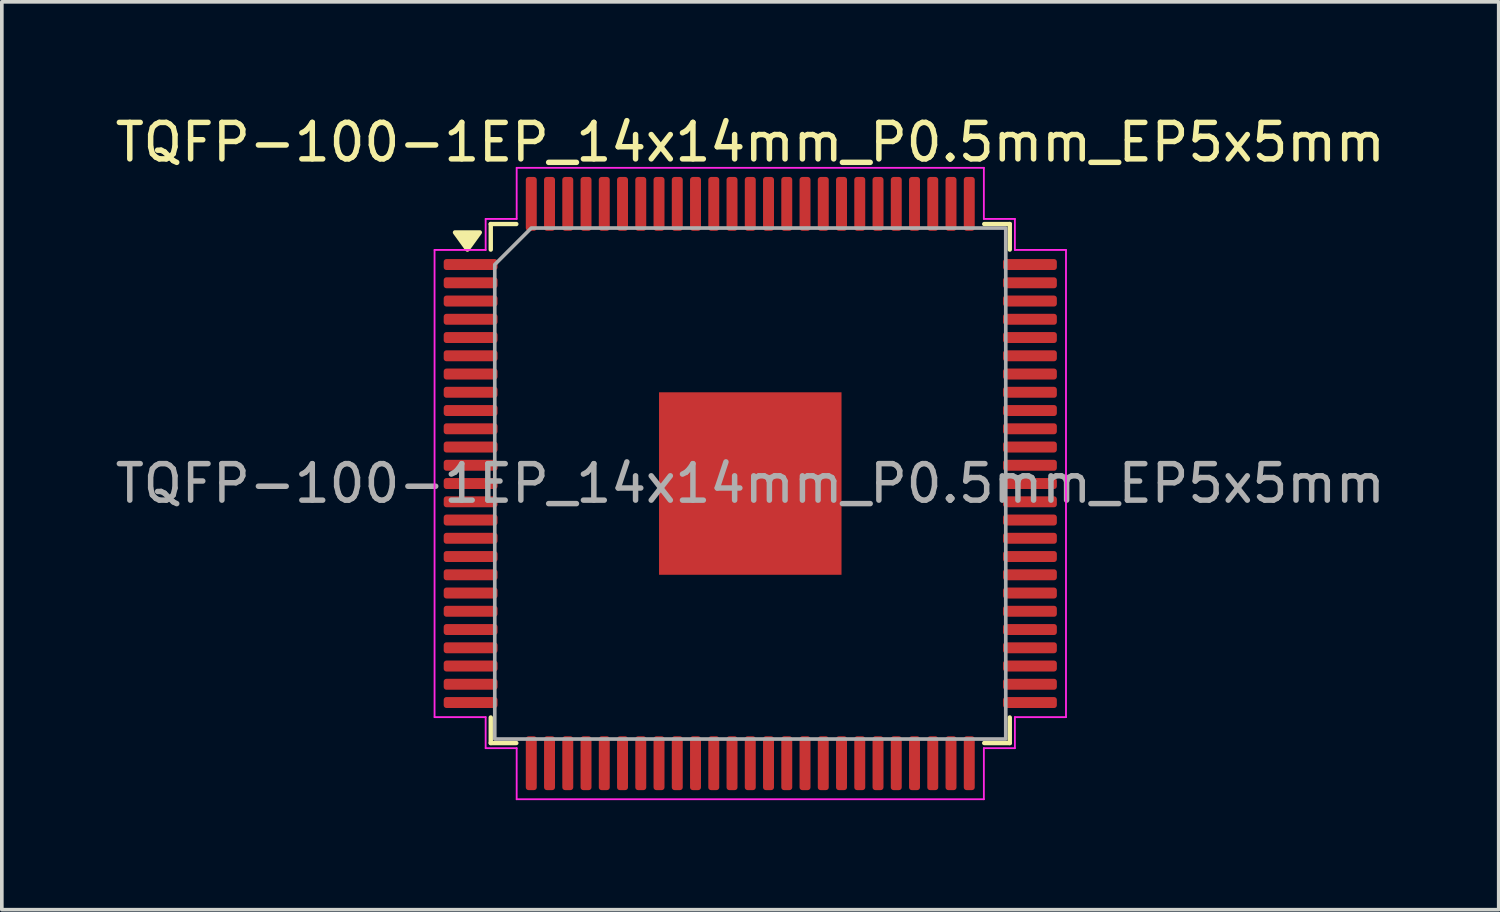
<source format=kicad_pcb>
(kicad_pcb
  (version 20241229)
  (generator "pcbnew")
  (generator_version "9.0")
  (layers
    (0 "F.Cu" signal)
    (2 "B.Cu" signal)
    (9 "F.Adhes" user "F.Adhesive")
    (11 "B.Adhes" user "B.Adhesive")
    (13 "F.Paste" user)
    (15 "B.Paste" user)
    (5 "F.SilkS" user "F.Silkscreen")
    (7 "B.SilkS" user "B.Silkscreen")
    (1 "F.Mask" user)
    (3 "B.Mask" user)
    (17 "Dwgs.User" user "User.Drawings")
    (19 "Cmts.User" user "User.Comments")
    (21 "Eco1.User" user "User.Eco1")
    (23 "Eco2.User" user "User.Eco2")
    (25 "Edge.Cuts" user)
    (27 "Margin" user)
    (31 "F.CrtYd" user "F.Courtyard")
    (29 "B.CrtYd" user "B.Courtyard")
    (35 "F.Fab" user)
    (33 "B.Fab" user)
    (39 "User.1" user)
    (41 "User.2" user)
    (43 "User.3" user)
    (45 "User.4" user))
  (footprint "TQFP-100-1EP_14x14mm_P0.5mm_EP5x5mm"
    (layer "F.Cu")
    (at 17.506 10.198)
    (property "Reference" "TQFP-100-1EP_14x14mm_P0.5mm_EP5x5mm" (at 0 -9.35 0) (layer "F.SilkS") (effects (font (size 1 1) (thickness 0.15))))
    (attr smd)
    (fp_line (start -7.11 -7.11) (end -6.41 -7.11) (stroke (width 0.12) (type solid)) (layer "F.SilkS"))
    (fp_line (start -7.11 -6.41) (end -7.11 -7.11) (stroke (width 0.12) (type solid)) (layer "F.SilkS"))
    (fp_line (start -7.11 7.11) (end -7.11 6.41) (stroke (width 0.12) (type solid)) (layer "F.SilkS"))
    (fp_line (start -6.41 7.11) (end -7.11 7.11) (stroke (width 0.12) (type solid)) (layer "F.SilkS"))
    (fp_line (start 6.41 -7.11) (end 7.11 -7.11) (stroke (width 0.12) (type solid)) (layer "F.SilkS"))
    (fp_line (start 7.11 -7.11) (end 7.11 -6.41) (stroke (width 0.12) (type solid)) (layer "F.SilkS"))
    (fp_line (start 7.11 6.41) (end 7.11 7.11) (stroke (width 0.12) (type solid)) (layer "F.SilkS"))
    (fp_line (start 7.11 7.11) (end 6.41 7.11) (stroke (width 0.12) (type solid)) (layer "F.SilkS"))
    (fp_poly (pts (xy -7.75 -6.41) (xy -8.09 -6.88) (xy -7.41 -6.88)) (stroke (width 0.12) (type solid)) (fill yes) (layer "F.SilkS"))
    (fp_line (start -8.65 -6.4) (end -7.25 -6.4) (stroke (width 0.05) (type solid)) (layer "F.CrtYd"))
    (fp_line (start -8.65 6.4) (end -8.65 -6.4) (stroke (width 0.05) (type solid)) (layer "F.CrtYd"))
    (fp_line (start -7.25 -7.25) (end -6.4 -7.25) (stroke (width 0.05) (type solid)) (layer "F.CrtYd"))
    (fp_line (start -7.25 -6.4) (end -7.25 -7.25) (stroke (width 0.05) (type solid)) (layer "F.CrtYd"))
    (fp_line (start -7.25 6.4) (end -8.65 6.4) (stroke (width 0.05) (type solid)) (layer "F.CrtYd"))
    (fp_line (start -7.25 7.25) (end -7.25 6.4) (stroke (width 0.05) (type solid)) (layer "F.CrtYd"))
    (fp_line (start -6.4 -8.65) (end 6.4 -8.65) (stroke (width 0.05) (type solid)) (layer "F.CrtYd"))
    (fp_line (start -6.4 -7.25) (end -6.4 -8.65) (stroke (width 0.05) (type solid)) (layer "F.CrtYd"))
    (fp_line (start -6.4 7.25) (end -7.25 7.25) (stroke (width 0.05) (type solid)) (layer "F.CrtYd"))
    (fp_line (start -6.4 8.65) (end -6.4 7.25) (stroke (width 0.05) (type solid)) (layer "F.CrtYd"))
    (fp_line (start 6.4 -8.65) (end 6.4 -7.25) (stroke (width 0.05) (type solid)) (layer "F.CrtYd"))
    (fp_line (start 6.4 -7.25) (end 7.25 -7.25) (stroke (width 0.05) (type solid)) (layer "F.CrtYd"))
    (fp_line (start 6.4 7.25) (end 6.4 8.65) (stroke (width 0.05) (type solid)) (layer "F.CrtYd"))
    (fp_line (start 6.4 8.65) (end -6.4 8.65) (stroke (width 0.05) (type solid)) (layer "F.CrtYd"))
    (fp_line (start 7.25 -7.25) (end 7.25 -6.4) (stroke (width 0.05) (type solid)) (layer "F.CrtYd"))
    (fp_line (start 7.25 -6.4) (end 8.65 -6.4) (stroke (width 0.05) (type solid)) (layer "F.CrtYd"))
    (fp_line (start 7.25 6.4) (end 7.25 7.25) (stroke (width 0.05) (type solid)) (layer "F.CrtYd"))
    (fp_line (start 7.25 7.25) (end 6.4 7.25) (stroke (width 0.05) (type solid)) (layer "F.CrtYd"))
    (fp_line (start 8.65 -6.4) (end 8.65 6.4) (stroke (width 0.05) (type solid)) (layer "F.CrtYd"))
    (fp_line (start 8.65 6.4) (end 7.25 6.4) (stroke (width 0.05) (type solid)) (layer "F.CrtYd"))
    (fp_poly (pts (xy -7 -6) (xy -7 7) (xy 7 7) (xy 7 -7) (xy -6 -7)) (stroke (width 0.1) (type solid)) (fill no) (layer "F.Fab"))
    (fp_text user "${REFERENCE}" (at 0 0 0) (layer "F.Fab") (effects (font (size 1 1) (thickness 0.15))))
    (pad "" smd roundrect (at -1.875 -1.875) (size 1.01 1.01) (layers "F.Paste") (roundrect_rratio 0.248))
    (pad "" smd roundrect (at -1.875 -0.625) (size 1.01 1.01) (layers "F.Paste") (roundrect_rratio 0.248))
    (pad "" smd roundrect (at -1.875 0.625) (size 1.01 1.01) (layers "F.Paste") (roundrect_rratio 0.248))
    (pad "" smd roundrect (at -1.875 1.875) (size 1.01 1.01) (layers "F.Paste") (roundrect_rratio 0.248))
    (pad "" smd roundrect (at -0.625 -1.875) (size 1.01 1.01) (layers "F.Paste") (roundrect_rratio 0.248))
    (pad "" smd roundrect (at -0.625 -0.625) (size 1.01 1.01) (layers "F.Paste") (roundrect_rratio 0.248))
    (pad "" smd roundrect (at -0.625 0.625) (size 1.01 1.01) (layers "F.Paste") (roundrect_rratio 0.248))
    (pad "" smd roundrect (at -0.625 1.875) (size 1.01 1.01) (layers "F.Paste") (roundrect_rratio 0.248))
    (pad "" smd roundrect (at 0.625 -1.875) (size 1.01 1.01) (layers "F.Paste") (roundrect_rratio 0.248))
    (pad "" smd roundrect (at 0.625 -0.625) (size 1.01 1.01) (layers "F.Paste") (roundrect_rratio 0.248))
    (pad "" smd roundrect (at 0.625 0.625) (size 1.01 1.01) (layers "F.Paste") (roundrect_rratio 0.248))
    (pad "" smd roundrect (at 0.625 1.875) (size 1.01 1.01) (layers "F.Paste") (roundrect_rratio 0.248))
    (pad "" smd roundrect (at 1.875 -1.875) (size 1.01 1.01) (layers "F.Paste") (roundrect_rratio 0.248))
    (pad "" smd roundrect (at 1.875 -0.625) (size 1.01 1.01) (layers "F.Paste") (roundrect_rratio 0.248))
    (pad "" smd roundrect (at 1.875 0.625) (size 1.01 1.01) (layers "F.Paste") (roundrect_rratio 0.248))
    (pad "" smd roundrect (at 1.875 1.875) (size 1.01 1.01) (layers "F.Paste") (roundrect_rratio 0.248))
    (pad "1" smd roundrect (at -7.662 -6) (size 1.475 0.3) (layers "F.Cu" "F.Mask" "F.Paste") (roundrect_rratio 0.25))
    (pad "2" smd roundrect (at -7.662 -5.5) (size 1.475 0.3) (layers "F.Cu" "F.Mask" "F.Paste") (roundrect_rratio 0.25))
    (pad "3" smd roundrect (at -7.662 -5) (size 1.475 0.3) (layers "F.Cu" "F.Mask" "F.Paste") (roundrect_rratio 0.25))
    (pad "4" smd roundrect (at -7.662 -4.5) (size 1.475 0.3) (layers "F.Cu" "F.Mask" "F.Paste") (roundrect_rratio 0.25))
    (pad "5" smd roundrect (at -7.662 -4) (size 1.475 0.3) (layers "F.Cu" "F.Mask" "F.Paste") (roundrect_rratio 0.25))
    (pad "6" smd roundrect (at -7.662 -3.5) (size 1.475 0.3) (layers "F.Cu" "F.Mask" "F.Paste") (roundrect_rratio 0.25))
    (pad "7" smd roundrect (at -7.662 -3) (size 1.475 0.3) (layers "F.Cu" "F.Mask" "F.Paste") (roundrect_rratio 0.25))
    (pad "8" smd roundrect (at -7.662 -2.5) (size 1.475 0.3) (layers "F.Cu" "F.Mask" "F.Paste") (roundrect_rratio 0.25))
    (pad "9" smd roundrect (at -7.662 -2) (size 1.475 0.3) (layers "F.Cu" "F.Mask" "F.Paste") (roundrect_rratio 0.25))
    (pad "10" smd roundrect (at -7.662 -1.5) (size 1.475 0.3) (layers "F.Cu" "F.Mask" "F.Paste") (roundrect_rratio 0.25))
    (pad "11" smd roundrect (at -7.662 -1) (size 1.475 0.3) (layers "F.Cu" "F.Mask" "F.Paste") (roundrect_rratio 0.25))
    (pad "12" smd roundrect (at -7.662 -0.5) (size 1.475 0.3) (layers "F.Cu" "F.Mask" "F.Paste") (roundrect_rratio 0.25))
    (pad "13" smd roundrect (at -7.662 0) (size 1.475 0.3) (layers "F.Cu" "F.Mask" "F.Paste") (roundrect_rratio 0.25))
    (pad "14" smd roundrect (at -7.662 0.5) (size 1.475 0.3) (layers "F.Cu" "F.Mask" "F.Paste") (roundrect_rratio 0.25))
    (pad "15" smd roundrect (at -7.662 1) (size 1.475 0.3) (layers "F.Cu" "F.Mask" "F.Paste") (roundrect_rratio 0.25))
    (pad "16" smd roundrect (at -7.662 1.5) (size 1.475 0.3) (layers "F.Cu" "F.Mask" "F.Paste") (roundrect_rratio 0.25))
    (pad "17" smd roundrect (at -7.662 2) (size 1.475 0.3) (layers "F.Cu" "F.Mask" "F.Paste") (roundrect_rratio 0.25))
    (pad "18" smd roundrect (at -7.662 2.5) (size 1.475 0.3) (layers "F.Cu" "F.Mask" "F.Paste") (roundrect_rratio 0.25))
    (pad "19" smd roundrect (at -7.662 3) (size 1.475 0.3) (layers "F.Cu" "F.Mask" "F.Paste") (roundrect_rratio 0.25))
    (pad "20" smd roundrect (at -7.662 3.5) (size 1.475 0.3) (layers "F.Cu" "F.Mask" "F.Paste") (roundrect_rratio 0.25))
    (pad "21" smd roundrect (at -7.662 4) (size 1.475 0.3) (layers "F.Cu" "F.Mask" "F.Paste") (roundrect_rratio 0.25))
    (pad "22" smd roundrect (at -7.662 4.5) (size 1.475 0.3) (layers "F.Cu" "F.Mask" "F.Paste") (roundrect_rratio 0.25))
    (pad "23" smd roundrect (at -7.662 5) (size 1.475 0.3) (layers "F.Cu" "F.Mask" "F.Paste") (roundrect_rratio 0.25))
    (pad "24" smd roundrect (at -7.662 5.5) (size 1.475 0.3) (layers "F.Cu" "F.Mask" "F.Paste") (roundrect_rratio 0.25))
    (pad "25" smd roundrect (at -7.662 6) (size 1.475 0.3) (layers "F.Cu" "F.Mask" "F.Paste") (roundrect_rratio 0.25))
    (pad "26" smd roundrect (at -6 7.662) (size 0.3 1.475) (layers "F.Cu" "F.Mask" "F.Paste") (roundrect_rratio 0.25))
    (pad "27" smd roundrect (at -5.5 7.662) (size 0.3 1.475) (layers "F.Cu" "F.Mask" "F.Paste") (roundrect_rratio 0.25))
    (pad "28" smd roundrect (at -5 7.662) (size 0.3 1.475) (layers "F.Cu" "F.Mask" "F.Paste") (roundrect_rratio 0.25))
    (pad "29" smd roundrect (at -4.5 7.662) (size 0.3 1.475) (layers "F.Cu" "F.Mask" "F.Paste") (roundrect_rratio 0.25))
    (pad "30" smd roundrect (at -4 7.662) (size 0.3 1.475) (layers "F.Cu" "F.Mask" "F.Paste") (roundrect_rratio 0.25))
    (pad "31" smd roundrect (at -3.5 7.662) (size 0.3 1.475) (layers "F.Cu" "F.Mask" "F.Paste") (roundrect_rratio 0.25))
    (pad "32" smd roundrect (at -3 7.662) (size 0.3 1.475) (layers "F.Cu" "F.Mask" "F.Paste") (roundrect_rratio 0.25))
    (pad "33" smd roundrect (at -2.5 7.662) (size 0.3 1.475) (layers "F.Cu" "F.Mask" "F.Paste") (roundrect_rratio 0.25))
    (pad "34" smd roundrect (at -2 7.662) (size 0.3 1.475) (layers "F.Cu" "F.Mask" "F.Paste") (roundrect_rratio 0.25))
    (pad "35" smd roundrect (at -1.5 7.662) (size 0.3 1.475) (layers "F.Cu" "F.Mask" "F.Paste") (roundrect_rratio 0.25))
    (pad "36" smd roundrect (at -1 7.662) (size 0.3 1.475) (layers "F.Cu" "F.Mask" "F.Paste") (roundrect_rratio 0.25))
    (pad "37" smd roundrect (at -0.5 7.662) (size 0.3 1.475) (layers "F.Cu" "F.Mask" "F.Paste") (roundrect_rratio 0.25))
    (pad "38" smd roundrect (at 0 7.662) (size 0.3 1.475) (layers "F.Cu" "F.Mask" "F.Paste") (roundrect_rratio 0.25))
    (pad "39" smd roundrect (at 0.5 7.662) (size 0.3 1.475) (layers "F.Cu" "F.Mask" "F.Paste") (roundrect_rratio 0.25))
    (pad "40" smd roundrect (at 1 7.662) (size 0.3 1.475) (layers "F.Cu" "F.Mask" "F.Paste") (roundrect_rratio 0.25))
    (pad "41" smd roundrect (at 1.5 7.662) (size 0.3 1.475) (layers "F.Cu" "F.Mask" "F.Paste") (roundrect_rratio 0.25))
    (pad "42" smd roundrect (at 2 7.662) (size 0.3 1.475) (layers "F.Cu" "F.Mask" "F.Paste") (roundrect_rratio 0.25))
    (pad "43" smd roundrect (at 2.5 7.662) (size 0.3 1.475) (layers "F.Cu" "F.Mask" "F.Paste") (roundrect_rratio 0.25))
    (pad "44" smd roundrect (at 3 7.662) (size 0.3 1.475) (layers "F.Cu" "F.Mask" "F.Paste") (roundrect_rratio 0.25))
    (pad "45" smd roundrect (at 3.5 7.662) (size 0.3 1.475) (layers "F.Cu" "F.Mask" "F.Paste") (roundrect_rratio 0.25))
    (pad "46" smd roundrect (at 4 7.662) (size 0.3 1.475) (layers "F.Cu" "F.Mask" "F.Paste") (roundrect_rratio 0.25))
    (pad "47" smd roundrect (at 4.5 7.662) (size 0.3 1.475) (layers "F.Cu" "F.Mask" "F.Paste") (roundrect_rratio 0.25))
    (pad "48" smd roundrect (at 5 7.662) (size 0.3 1.475) (layers "F.Cu" "F.Mask" "F.Paste") (roundrect_rratio 0.25))
    (pad "49" smd roundrect (at 5.5 7.662) (size 0.3 1.475) (layers "F.Cu" "F.Mask" "F.Paste") (roundrect_rratio 0.25))
    (pad "50" smd roundrect (at 6 7.662) (size 0.3 1.475) (layers "F.Cu" "F.Mask" "F.Paste") (roundrect_rratio 0.25))
    (pad "51" smd roundrect (at 7.662 6) (size 1.475 0.3) (layers "F.Cu" "F.Mask" "F.Paste") (roundrect_rratio 0.25))
    (pad "52" smd roundrect (at 7.662 5.5) (size 1.475 0.3) (layers "F.Cu" "F.Mask" "F.Paste") (roundrect_rratio 0.25))
    (pad "53" smd roundrect (at 7.662 5) (size 1.475 0.3) (layers "F.Cu" "F.Mask" "F.Paste") (roundrect_rratio 0.25))
    (pad "54" smd roundrect (at 7.662 4.5) (size 1.475 0.3) (layers "F.Cu" "F.Mask" "F.Paste") (roundrect_rratio 0.25))
    (pad "55" smd roundrect (at 7.662 4) (size 1.475 0.3) (layers "F.Cu" "F.Mask" "F.Paste") (roundrect_rratio 0.25))
    (pad "56" smd roundrect (at 7.662 3.5) (size 1.475 0.3) (layers "F.Cu" "F.Mask" "F.Paste") (roundrect_rratio 0.25))
    (pad "57" smd roundrect (at 7.662 3) (size 1.475 0.3) (layers "F.Cu" "F.Mask" "F.Paste") (roundrect_rratio 0.25))
    (pad "58" smd roundrect (at 7.662 2.5) (size 1.475 0.3) (layers "F.Cu" "F.Mask" "F.Paste") (roundrect_rratio 0.25))
    (pad "59" smd roundrect (at 7.662 2) (size 1.475 0.3) (layers "F.Cu" "F.Mask" "F.Paste") (roundrect_rratio 0.25))
    (pad "60" smd roundrect (at 7.662 1.5) (size 1.475 0.3) (layers "F.Cu" "F.Mask" "F.Paste") (roundrect_rratio 0.25))
    (pad "61" smd roundrect (at 7.662 1) (size 1.475 0.3) (layers "F.Cu" "F.Mask" "F.Paste") (roundrect_rratio 0.25))
    (pad "62" smd roundrect (at 7.662 0.5) (size 1.475 0.3) (layers "F.Cu" "F.Mask" "F.Paste") (roundrect_rratio 0.25))
    (pad "63" smd roundrect (at 7.662 0) (size 1.475 0.3) (layers "F.Cu" "F.Mask" "F.Paste") (roundrect_rratio 0.25))
    (pad "64" smd roundrect (at 7.662 -0.5) (size 1.475 0.3) (layers "F.Cu" "F.Mask" "F.Paste") (roundrect_rratio 0.25))
    (pad "65" smd roundrect (at 7.662 -1) (size 1.475 0.3) (layers "F.Cu" "F.Mask" "F.Paste") (roundrect_rratio 0.25))
    (pad "66" smd roundrect (at 7.662 -1.5) (size 1.475 0.3) (layers "F.Cu" "F.Mask" "F.Paste") (roundrect_rratio 0.25))
    (pad "67" smd roundrect (at 7.662 -2) (size 1.475 0.3) (layers "F.Cu" "F.Mask" "F.Paste") (roundrect_rratio 0.25))
    (pad "68" smd roundrect (at 7.662 -2.5) (size 1.475 0.3) (layers "F.Cu" "F.Mask" "F.Paste") (roundrect_rratio 0.25))
    (pad "69" smd roundrect (at 7.662 -3) (size 1.475 0.3) (layers "F.Cu" "F.Mask" "F.Paste") (roundrect_rratio 0.25))
    (pad "70" smd roundrect (at 7.662 -3.5) (size 1.475 0.3) (layers "F.Cu" "F.Mask" "F.Paste") (roundrect_rratio 0.25))
    (pad "71" smd roundrect (at 7.662 -4) (size 1.475 0.3) (layers "F.Cu" "F.Mask" "F.Paste") (roundrect_rratio 0.25))
    (pad "72" smd roundrect (at 7.662 -4.5) (size 1.475 0.3) (layers "F.Cu" "F.Mask" "F.Paste") (roundrect_rratio 0.25))
    (pad "73" smd roundrect (at 7.662 -5) (size 1.475 0.3) (layers "F.Cu" "F.Mask" "F.Paste") (roundrect_rratio 0.25))
    (pad "74" smd roundrect (at 7.662 -5.5) (size 1.475 0.3) (layers "F.Cu" "F.Mask" "F.Paste") (roundrect_rratio 0.25))
    (pad "75" smd roundrect (at 7.662 -6) (size 1.475 0.3) (layers "F.Cu" "F.Mask" "F.Paste") (roundrect_rratio 0.25))
    (pad "76" smd roundrect (at 6 -7.662) (size 0.3 1.475) (layers "F.Cu" "F.Mask" "F.Paste") (roundrect_rratio 0.25))
    (pad "77" smd roundrect (at 5.5 -7.662) (size 0.3 1.475) (layers "F.Cu" "F.Mask" "F.Paste") (roundrect_rratio 0.25))
    (pad "78" smd roundrect (at 5 -7.662) (size 0.3 1.475) (layers "F.Cu" "F.Mask" "F.Paste") (roundrect_rratio 0.25))
    (pad "79" smd roundrect (at 4.5 -7.662) (size 0.3 1.475) (layers "F.Cu" "F.Mask" "F.Paste") (roundrect_rratio 0.25))
    (pad "80" smd roundrect (at 4 -7.662) (size 0.3 1.475) (layers "F.Cu" "F.Mask" "F.Paste") (roundrect_rratio 0.25))
    (pad "81" smd roundrect (at 3.5 -7.662) (size 0.3 1.475) (layers "F.Cu" "F.Mask" "F.Paste") (roundrect_rratio 0.25))
    (pad "82" smd roundrect (at 3 -7.662) (size 0.3 1.475) (layers "F.Cu" "F.Mask" "F.Paste") (roundrect_rratio 0.25))
    (pad "83" smd roundrect (at 2.5 -7.662) (size 0.3 1.475) (layers "F.Cu" "F.Mask" "F.Paste") (roundrect_rratio 0.25))
    (pad "84" smd roundrect (at 2 -7.662) (size 0.3 1.475) (layers "F.Cu" "F.Mask" "F.Paste") (roundrect_rratio 0.25))
    (pad "85" smd roundrect (at 1.5 -7.662) (size 0.3 1.475) (layers "F.Cu" "F.Mask" "F.Paste") (roundrect_rratio 0.25))
    (pad "86" smd roundrect (at 1 -7.662) (size 0.3 1.475) (layers "F.Cu" "F.Mask" "F.Paste") (roundrect_rratio 0.25))
    (pad "87" smd roundrect (at 0.5 -7.662) (size 0.3 1.475) (layers "F.Cu" "F.Mask" "F.Paste") (roundrect_rratio 0.25))
    (pad "88" smd roundrect (at 0 -7.662) (size 0.3 1.475) (layers "F.Cu" "F.Mask" "F.Paste") (roundrect_rratio 0.25))
    (pad "89" smd roundrect (at -0.5 -7.662) (size 0.3 1.475) (layers "F.Cu" "F.Mask" "F.Paste") (roundrect_rratio 0.25))
    (pad "90" smd roundrect (at -1 -7.662) (size 0.3 1.475) (layers "F.Cu" "F.Mask" "F.Paste") (roundrect_rratio 0.25))
    (pad "91" smd roundrect (at -1.5 -7.662) (size 0.3 1.475) (layers "F.Cu" "F.Mask" "F.Paste") (roundrect_rratio 0.25))
    (pad "92" smd roundrect (at -2 -7.662) (size 0.3 1.475) (layers "F.Cu" "F.Mask" "F.Paste") (roundrect_rratio 0.25))
    (pad "93" smd roundrect (at -2.5 -7.662) (size 0.3 1.475) (layers "F.Cu" "F.Mask" "F.Paste") (roundrect_rratio 0.25))
    (pad "94" smd roundrect (at -3 -7.662) (size 0.3 1.475) (layers "F.Cu" "F.Mask" "F.Paste") (roundrect_rratio 0.25))
    (pad "95" smd roundrect (at -3.5 -7.662) (size 0.3 1.475) (layers "F.Cu" "F.Mask" "F.Paste") (roundrect_rratio 0.25))
    (pad "96" smd roundrect (at -4 -7.662) (size 0.3 1.475) (layers "F.Cu" "F.Mask" "F.Paste") (roundrect_rratio 0.25))
    (pad "97" smd roundrect (at -4.5 -7.662) (size 0.3 1.475) (layers "F.Cu" "F.Mask" "F.Paste") (roundrect_rratio 0.25))
    (pad "98" smd roundrect (at -5 -7.662) (size 0.3 1.475) (layers "F.Cu" "F.Mask" "F.Paste") (roundrect_rratio 0.25))
    (pad "99" smd roundrect (at -5.5 -7.662) (size 0.3 1.475) (layers "F.Cu" "F.Mask" "F.Paste") (roundrect_rratio 0.25))
    (pad "100" smd roundrect (at -6 -7.662) (size 0.3 1.475) (layers "F.Cu" "F.Mask" "F.Paste") (roundrect_rratio 0.25))
    (pad "101" smd rect (at 0 0) (size 5 5) (property pad_prop_heatsink) (layers "F.Cu" "F.Mask")))
  (gr_rect
    (start -3 -3)
    (end 38.012 21.873)
    (stroke (width 0.1) (type default))
    (fill no)
    (layer "Edge.Cuts")))
</source>
